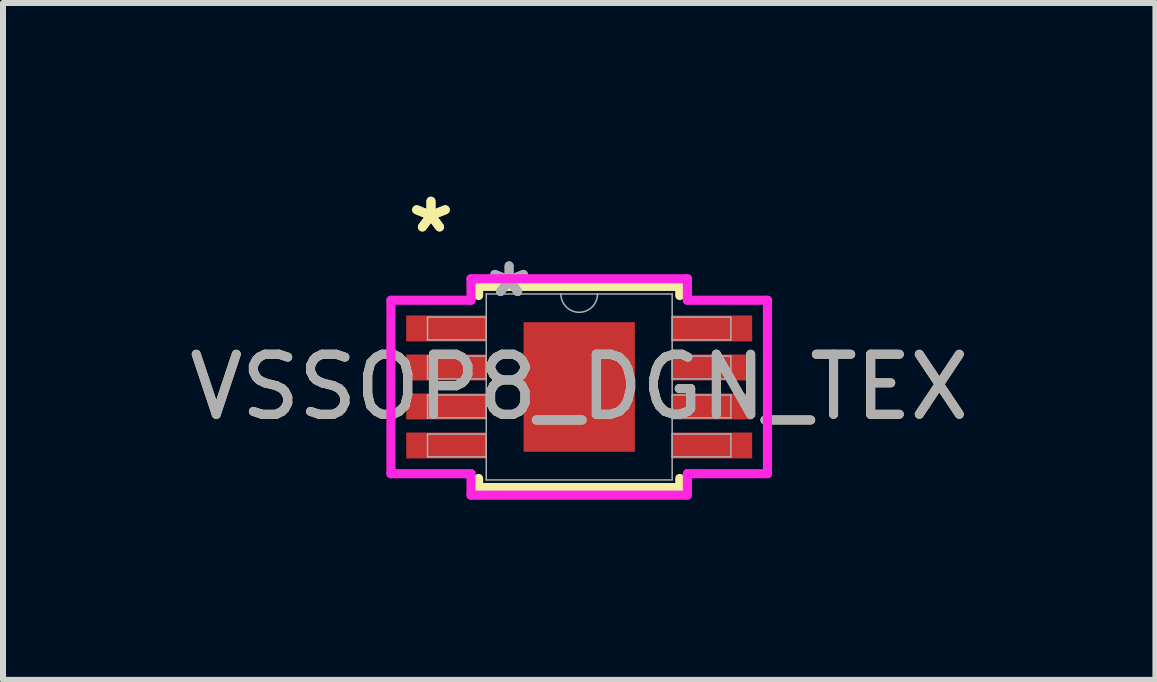
<source format=kicad_pcb>
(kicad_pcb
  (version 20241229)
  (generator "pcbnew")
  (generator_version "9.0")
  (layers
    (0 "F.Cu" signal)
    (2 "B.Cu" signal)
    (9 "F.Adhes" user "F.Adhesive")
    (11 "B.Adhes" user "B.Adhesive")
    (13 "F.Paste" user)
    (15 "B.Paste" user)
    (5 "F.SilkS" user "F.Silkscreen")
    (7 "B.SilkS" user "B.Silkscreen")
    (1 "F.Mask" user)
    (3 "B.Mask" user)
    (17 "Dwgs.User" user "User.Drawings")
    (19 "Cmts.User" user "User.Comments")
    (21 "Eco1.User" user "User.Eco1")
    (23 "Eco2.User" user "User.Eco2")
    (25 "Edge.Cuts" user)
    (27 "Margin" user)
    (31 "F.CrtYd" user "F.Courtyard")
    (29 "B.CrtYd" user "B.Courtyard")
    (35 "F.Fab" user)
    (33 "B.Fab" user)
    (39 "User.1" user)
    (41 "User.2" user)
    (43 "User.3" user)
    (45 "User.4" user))
  (footprint "VSSOP8_DGN_TEX"
    (layer "F.Cu")
    (at 6.601 3.398)
    (property "Reference" "VSSOP8_DGN_TEX" (at 0 0 0) (unlocked yes) (layer "F.SilkS") (effects (font (size 1 1) (thickness 0.15))))
    (attr smd)
    (fp_line (start -1.676 -1.676) (end -1.676 -1.524) (stroke (width 0.152) (type solid)) (layer "F.SilkS"))
    (fp_line (start -1.676 1.524) (end -1.676 1.676) (stroke (width 0.152) (type solid)) (layer "F.SilkS"))
    (fp_line (start -1.676 1.676) (end 1.676 1.676) (stroke (width 0.152) (type solid)) (layer "F.SilkS"))
    (fp_line (start 1.676 -1.676) (end -1.676 -1.676) (stroke (width 0.152) (type solid)) (layer "F.SilkS"))
    (fp_line (start 1.676 -1.524) (end 1.676 -1.676) (stroke (width 0.152) (type solid)) (layer "F.SilkS"))
    (fp_line (start 1.676 1.676) (end 1.676 1.524) (stroke (width 0.152) (type solid)) (layer "F.SilkS"))
    (fp_line (start -3.137 -1.445) (end -1.803 -1.445) (stroke (width 0.152) (type solid)) (layer "F.CrtYd"))
    (fp_line (start -3.137 1.445) (end -3.137 -1.445) (stroke (width 0.152) (type solid)) (layer "F.CrtYd"))
    (fp_line (start -3.137 1.445) (end -1.803 1.445) (stroke (width 0.152) (type solid)) (layer "F.CrtYd"))
    (fp_line (start -1.803 -1.803) (end 1.803 -1.803) (stroke (width 0.152) (type solid)) (layer "F.CrtYd"))
    (fp_line (start -1.803 -1.445) (end -1.803 -1.803) (stroke (width 0.152) (type solid)) (layer "F.CrtYd"))
    (fp_line (start -1.803 1.803) (end -1.803 1.445) (stroke (width 0.152) (type solid)) (layer "F.CrtYd"))
    (fp_line (start 1.803 -1.803) (end 1.803 -1.445) (stroke (width 0.152) (type solid)) (layer "F.CrtYd"))
    (fp_line (start 1.803 1.445) (end 1.803 1.803) (stroke (width 0.152) (type solid)) (layer "F.CrtYd"))
    (fp_line (start 1.803 1.803) (end -1.803 1.803) (stroke (width 0.152) (type solid)) (layer "F.CrtYd"))
    (fp_line (start 3.137 -1.445) (end 1.803 -1.445) (stroke (width 0.152) (type solid)) (layer "F.CrtYd"))
    (fp_line (start 3.137 -1.445) (end 3.137 1.445) (stroke (width 0.152) (type solid)) (layer "F.CrtYd"))
    (fp_line (start 3.137 1.445) (end 1.803 1.445) (stroke (width 0.152) (type solid)) (layer "F.CrtYd"))
    (fp_line (start -2.527 -1.165) (end -2.527 -0.784) (stroke (width 0.025) (type solid)) (layer "F.Fab"))
    (fp_line (start -2.527 -0.784) (end -1.549 -0.784) (stroke (width 0.025) (type solid)) (layer "F.Fab"))
    (fp_line (start -2.527 -0.515) (end -2.527 -0.134) (stroke (width 0.025) (type solid)) (layer "F.Fab"))
    (fp_line (start -2.527 -0.134) (end -1.549 -0.134) (stroke (width 0.025) (type solid)) (layer "F.Fab"))
    (fp_line (start -2.527 0.134) (end -2.527 0.515) (stroke (width 0.025) (type solid)) (layer "F.Fab"))
    (fp_line (start -2.527 0.515) (end -1.549 0.515) (stroke (width 0.025) (type solid)) (layer "F.Fab"))
    (fp_line (start -2.527 0.784) (end -2.527 1.165) (stroke (width 0.025) (type solid)) (layer "F.Fab"))
    (fp_line (start -2.527 1.165) (end -1.549 1.165) (stroke (width 0.025) (type solid)) (layer "F.Fab"))
    (fp_line (start -1.549 -1.549) (end -1.549 1.549) (stroke (width 0.025) (type solid)) (layer "F.Fab"))
    (fp_line (start -1.549 -1.165) (end -2.527 -1.165) (stroke (width 0.025) (type solid)) (layer "F.Fab"))
    (fp_line (start -1.549 -0.784) (end -1.549 -1.165) (stroke (width 0.025) (type solid)) (layer "F.Fab"))
    (fp_line (start -1.549 -0.515) (end -2.527 -0.515) (stroke (width 0.025) (type solid)) (layer "F.Fab"))
    (fp_line (start -1.549 -0.134) (end -1.549 -0.515) (stroke (width 0.025) (type solid)) (layer "F.Fab"))
    (fp_line (start -1.549 0.134) (end -2.527 0.134) (stroke (width 0.025) (type solid)) (layer "F.Fab"))
    (fp_line (start -1.549 0.515) (end -1.549 0.134) (stroke (width 0.025) (type solid)) (layer "F.Fab"))
    (fp_line (start -1.549 0.784) (end -2.527 0.784) (stroke (width 0.025) (type solid)) (layer "F.Fab"))
    (fp_line (start -1.549 1.165) (end -1.549 0.784) (stroke (width 0.025) (type solid)) (layer "F.Fab"))
    (fp_line (start -1.549 1.549) (end 1.549 1.549) (stroke (width 0.025) (type solid)) (layer "F.Fab"))
    (fp_line (start 1.549 -1.549) (end -1.549 -1.549) (stroke (width 0.025) (type solid)) (layer "F.Fab"))
    (fp_line (start 1.549 -1.165) (end 1.549 -0.784) (stroke (width 0.025) (type solid)) (layer "F.Fab"))
    (fp_line (start 1.549 -0.784) (end 2.527 -0.784) (stroke (width 0.025) (type solid)) (layer "F.Fab"))
    (fp_line (start 1.549 -0.515) (end 1.549 -0.134) (stroke (width 0.025) (type solid)) (layer "F.Fab"))
    (fp_line (start 1.549 -0.134) (end 2.527 -0.134) (stroke (width 0.025) (type solid)) (layer "F.Fab"))
    (fp_line (start 1.549 0.134) (end 1.549 0.515) (stroke (width 0.025) (type solid)) (layer "F.Fab"))
    (fp_line (start 1.549 0.515) (end 2.527 0.515) (stroke (width 0.025) (type solid)) (layer "F.Fab"))
    (fp_line (start 1.549 0.784) (end 1.549 1.165) (stroke (width 0.025) (type solid)) (layer "F.Fab"))
    (fp_line (start 1.549 1.165) (end 2.527 1.165) (stroke (width 0.025) (type solid)) (layer "F.Fab"))
    (fp_line (start 1.549 1.549) (end 1.549 -1.549) (stroke (width 0.025) (type solid)) (layer "F.Fab"))
    (fp_line (start 2.527 -1.165) (end 1.549 -1.165) (stroke (width 0.025) (type solid)) (layer "F.Fab"))
    (fp_line (start 2.527 -0.784) (end 2.527 -1.165) (stroke (width 0.025) (type solid)) (layer "F.Fab"))
    (fp_line (start 2.527 -0.515) (end 1.549 -0.515) (stroke (width 0.025) (type solid)) (layer "F.Fab"))
    (fp_line (start 2.527 -0.134) (end 2.527 -0.515) (stroke (width 0.025) (type solid)) (layer "F.Fab"))
    (fp_line (start 2.527 0.134) (end 1.549 0.134) (stroke (width 0.025) (type solid)) (layer "F.Fab"))
    (fp_line (start 2.527 0.515) (end 2.527 0.134) (stroke (width 0.025) (type solid)) (layer "F.Fab"))
    (fp_line (start 2.527 0.784) (end 1.549 0.784) (stroke (width 0.025) (type solid)) (layer "F.Fab"))
    (fp_line (start 2.527 1.165) (end 2.527 0.784) (stroke (width 0.025) (type solid)) (layer "F.Fab"))
    (fp_arc (start 0.3048 -1.5494) (mid 0 -1.2446) (end -0.3048 -1.5494) (stroke (width 0.0254) (type solid)) (layer "F.Fab"))
    (fp_text user "*" (at -2.47 -2.55 0) (layer "F.SilkS") (effects (font (size 1 1) (thickness 0.15))))
    (fp_text user "*" (at -2.47 -2.55 0) (unlocked yes) (layer "F.SilkS") (effects (font (size 1 1) (thickness 0.15))))
    (fp_text user "${REFERENCE}" (at 0 0 0) (unlocked yes) (layer "F.Fab") (effects (font (size 1 1) (thickness 0.15))))
    (fp_text user "*" (at -1.168 -1.473 0) (layer "F.Fab") (effects (font (size 1 1) (thickness 0.15))))
    (fp_text user "*" (at -1.168 -1.473 0) (unlocked yes) (layer "F.Fab") (effects (font (size 1 1) (thickness 0.15))))
    (pad "1" smd rect (at -2.216 -0.975) (size 1.333 0.432) (layers "F.Cu" "F.Mask" "F.Paste"))
    (pad "2" smd rect (at -2.216 -0.325) (size 1.333 0.432) (layers "F.Cu" "F.Mask" "F.Paste"))
    (pad "3" smd rect (at -2.216 0.325) (size 1.333 0.432) (layers "F.Cu" "F.Mask" "F.Paste"))
    (pad "4" smd rect (at -2.216 0.975) (size 1.333 0.432) (layers "F.Cu" "F.Mask" "F.Paste"))
    (pad "5" smd rect (at 2.216 0.975) (size 1.333 0.432) (layers "F.Cu" "F.Mask" "F.Paste"))
    (pad "6" smd rect (at 2.216 0.325) (size 1.333 0.432) (layers "F.Cu" "F.Mask" "F.Paste"))
    (pad "7" smd rect (at 2.216 -0.325) (size 1.333 0.432) (layers "F.Cu" "F.Mask" "F.Paste"))
    (pad "8" smd rect (at 2.216 -0.975) (size 1.333 0.432) (layers "F.Cu" "F.Mask" "F.Paste"))
    (pad "9" smd rect (at 0 0) (size 1.854 2.159) (layers "F.Cu" "F.Mask" "F.Paste")))
  (gr_rect
    (start -3 -3)
    (end 16.202 8.278)
    (stroke (width 0.1) (type default))
    (fill no)
    (layer "Edge.Cuts")))
</source>
